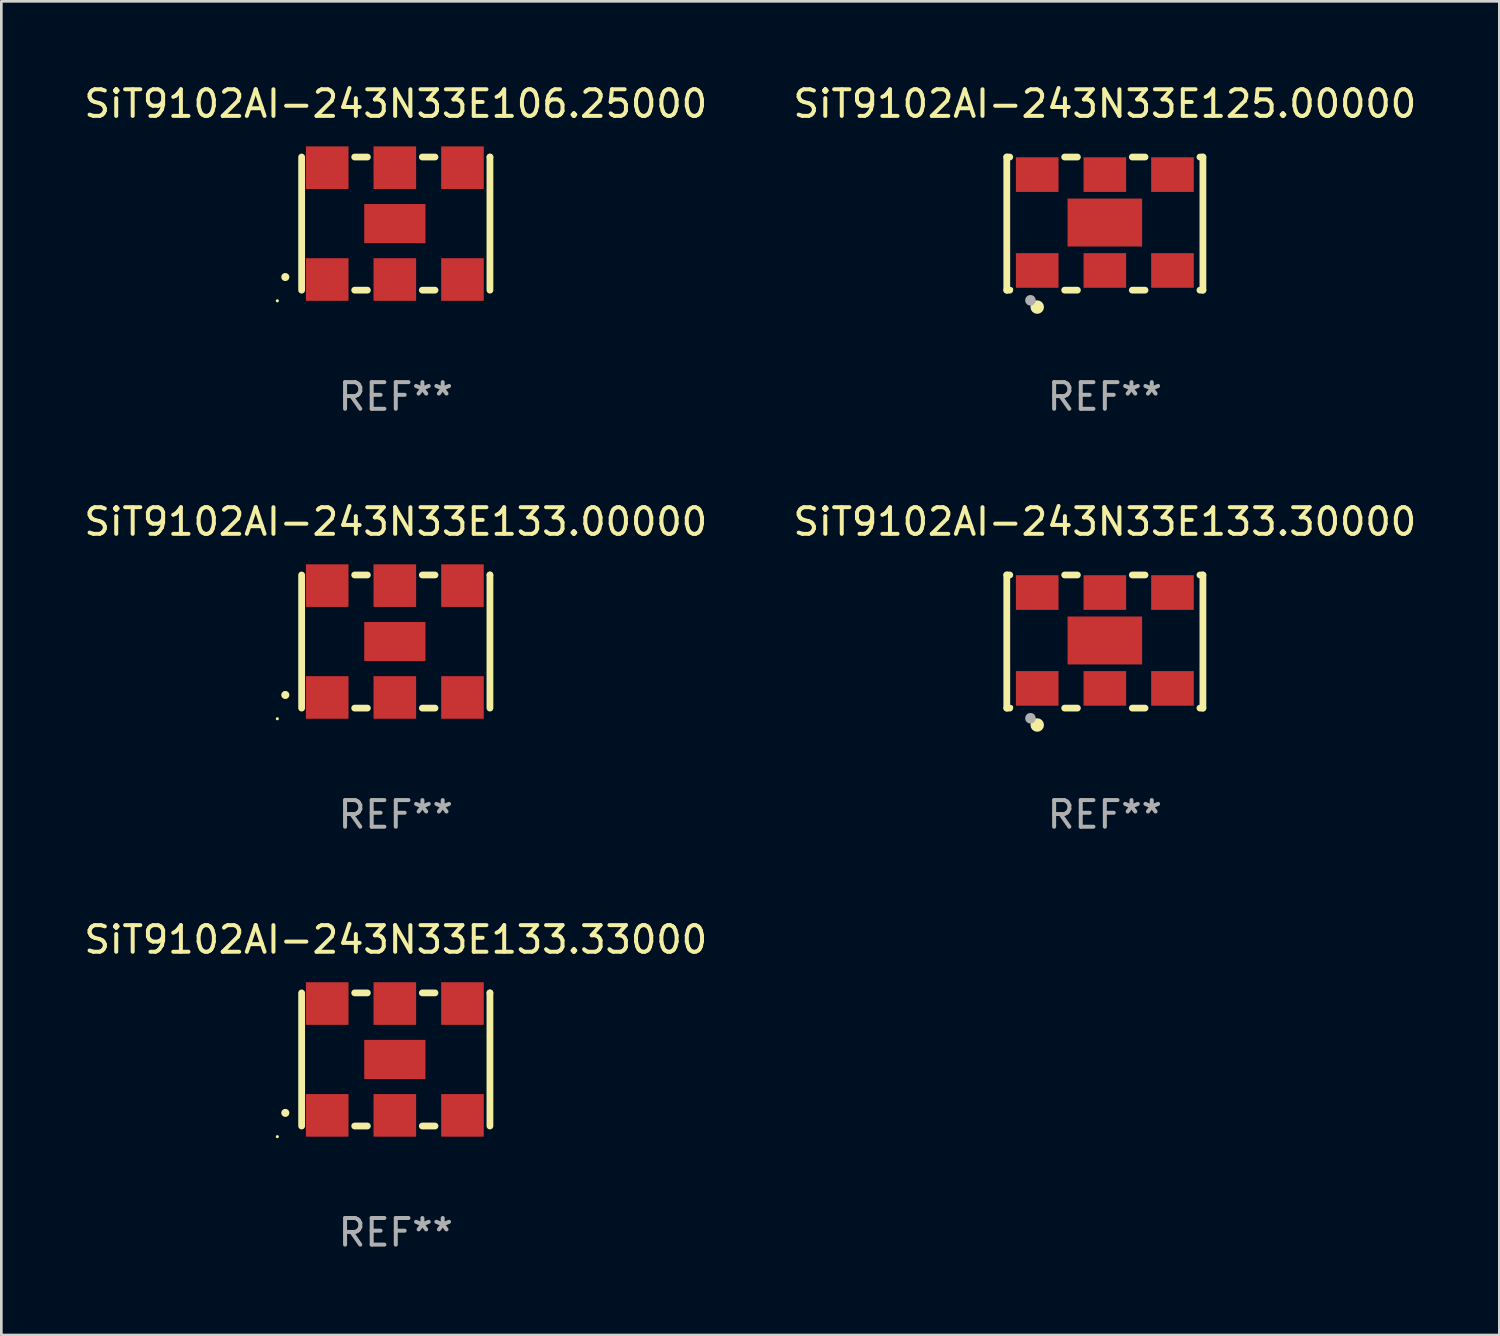
<source format=kicad_pcb>
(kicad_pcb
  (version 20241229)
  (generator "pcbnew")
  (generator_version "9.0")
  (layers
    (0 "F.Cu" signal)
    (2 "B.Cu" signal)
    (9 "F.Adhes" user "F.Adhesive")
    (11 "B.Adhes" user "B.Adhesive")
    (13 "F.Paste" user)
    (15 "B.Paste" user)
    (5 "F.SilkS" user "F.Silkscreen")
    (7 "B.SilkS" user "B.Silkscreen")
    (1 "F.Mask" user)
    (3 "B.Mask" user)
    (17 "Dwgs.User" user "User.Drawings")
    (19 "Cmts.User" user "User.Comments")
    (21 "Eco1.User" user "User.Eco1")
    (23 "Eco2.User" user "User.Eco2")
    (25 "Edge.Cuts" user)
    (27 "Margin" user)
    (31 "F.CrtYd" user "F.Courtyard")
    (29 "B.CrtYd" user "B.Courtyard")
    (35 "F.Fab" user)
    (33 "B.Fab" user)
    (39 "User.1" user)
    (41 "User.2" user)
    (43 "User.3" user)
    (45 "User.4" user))
  (footprint "SiT9102AI-243N33E106.25000"
    (layer "F.Cu")
    (at 11.815 5.348)
    (property "Reference" "SiT9102AI-243N33E106.25000" (at 0 -4.5 0) (layer "F.SilkS") (effects (font (size 1 1) (thickness 0.15))))
    (attr through_hole)
    (fp_line (start -3.536 -2.5) (end -3.536 2.5) (stroke (width 0.254) (type solid)) (layer "F.SilkS"))
    (fp_line (start -1.544 2.5) (end -1.067 2.5) (stroke (width 0.254) (type solid)) (layer "F.SilkS"))
    (fp_line (start -1.067 -2.5) (end -1.544 -2.5) (stroke (width 0.254) (type solid)) (layer "F.SilkS"))
    (fp_line (start 0.996 2.5) (end 1.473 2.5) (stroke (width 0.254) (type solid)) (layer "F.SilkS"))
    (fp_line (start 1.473 -2.5) (end 0.996 -2.5) (stroke (width 0.254) (type solid)) (layer "F.SilkS"))
    (fp_line (start 3.536 -2.5) (end 3.536 -2.5) (stroke (width 0.254) (type solid)) (layer "F.SilkS"))
    (fp_line (start 3.536 2.5) (end 3.536 -2.5) (stroke (width 0.254) (type solid)) (layer "F.SilkS"))
    (fp_arc (start -4.150432 2.006604) (mid -4.149162 2.006599) (end -4.147892 2.006604) (stroke (width 0.3) (type solid)) (layer "F.SilkS"))
    (fp_circle (center -4.449 2.9) (end -4.419 2.9) (stroke (width 0.06) (type solid)) (fill no) (layer "F.SilkS"))
    (fp_text user "REF**" (at 0 6.5 0) (layer "F.Fab") (effects (font (size 1 1) (thickness 0.15))))
    (pad "1" smd rect (at -2.576 2.1) (size 1.6 1.6) (layers "F.Cu" "F.Mask" "F.Paste"))
    (pad "2" smd rect (at -0.036 2.1) (size 1.6 1.6) (layers "F.Cu" "F.Mask" "F.Paste"))
    (pad "3" smd rect (at 2.504 2.1) (size 1.6 1.6) (layers "F.Cu" "F.Mask" "F.Paste"))
    (pad "4" smd rect (at 2.504 -2.1) (size 1.6 1.6) (layers "F.Cu" "F.Mask" "F.Paste"))
    (pad "5" smd rect (at -0.036 -2.1) (size 1.6 1.6) (layers "F.Cu" "F.Mask" "F.Paste"))
    (pad "6" smd rect (at -2.576 -2.1) (size 1.6 1.6) (layers "F.Cu" "F.Mask" "F.Paste"))
    (pad "7" smd rect (at -0.036 0) (size 2.3 1.47) (layers "F.Cu" "F.Mask" "F.Paste")))
  (footprint "SiT9102AI-243N33E125.00000"
    (layer "F.Cu")
    (at 38.446 5.348)
    (property "Reference" "SiT9102AI-243N33E125.00000" (at 0 -4.5 0) (layer "F.SilkS") (effects (font (size 1 1) (thickness 0.15))))
    (attr through_hole)
    (fp_line (start -3.683 -2.5) (end -3.571 -2.5) (stroke (width 0.254) (type solid)) (layer "F.SilkS"))
    (fp_line (start -3.683 2.5) (end -3.683 -2.5) (stroke (width 0.254) (type solid)) (layer "F.SilkS"))
    (fp_line (start -3.683 2.5) (end -3.571 2.5) (stroke (width 0.254) (type solid)) (layer "F.SilkS"))
    (fp_line (start -1.509 -2.5) (end -1.031 -2.5) (stroke (width 0.254) (type solid)) (layer "F.SilkS"))
    (fp_line (start -1.509 2.5) (end -1.031 2.5) (stroke (width 0.254) (type solid)) (layer "F.SilkS"))
    (fp_line (start 1.031 -2.5) (end 1.509 -2.5) (stroke (width 0.254) (type solid)) (layer "F.SilkS"))
    (fp_line (start 1.031 2.5) (end 1.509 2.5) (stroke (width 0.254) (type solid)) (layer "F.SilkS"))
    (fp_line (start 3.571 -2.5) (end 3.683 -2.5) (stroke (width 0.254) (type solid)) (layer "F.SilkS"))
    (fp_line (start 3.571 2.5) (end 3.683 2.5) (stroke (width 0.254) (type solid)) (layer "F.SilkS"))
    (fp_line (start 3.683 2.5) (end 3.683 -2.5) (stroke (width 0.254) (type solid)) (layer "F.SilkS"))
    (fp_circle (center -3.5 2.46) (end -3.47 2.46) (stroke (width 0.06) (type solid)) (fill no) (layer "F.SilkS"))
    (fp_circle (center -2.54 3.135) (end -2.413 3.135) (stroke (width 0.254) (type solid)) (fill no) (layer "F.SilkS"))
    (fp_circle (center -2.794 2.881) (end -2.694 2.881) (stroke (width 0.2) (type solid)) (fill no) (layer "F.Fab"))
    (fp_text user "REF**" (at 0 6.5 0) (layer "F.Fab") (effects (font (size 1 1) (thickness 0.15))))
    (pad "1" smd rect (at -2.54 1.76) (size 1.6 1.3) (layers "F.Cu" "F.Mask" "F.Paste"))
    (pad "2" smd rect (at 0 1.76) (size 1.6 1.3) (layers "F.Cu" "F.Mask" "F.Paste"))
    (pad "3" smd rect (at 2.54 1.76) (size 1.6 1.3) (layers "F.Cu" "F.Mask" "F.Paste"))
    (pad "4" smd rect (at 2.54 -1.84) (size 1.6 1.3) (layers "F.Cu" "F.Mask" "F.Paste"))
    (pad "5" smd rect (at 0 -1.84) (size 1.6 1.3) (layers "F.Cu" "F.Mask" "F.Paste"))
    (pad "6" smd rect (at -2.54 -1.84) (size 1.6 1.3) (layers "F.Cu" "F.Mask" "F.Paste"))
    (pad "7" smd rect (at 0 -0.04) (size 2.8 1.8) (layers "F.Cu" "F.Mask" "F.Paste")))
  (footprint "SiT9102AI-243N33E133.33000"
    (layer "F.Cu")
    (at 11.815 36.741)
    (property "Reference" "SiT9102AI-243N33E133.33000" (at 0 -4.5 0) (layer "F.SilkS") (effects (font (size 1 1) (thickness 0.15))))
    (attr through_hole)
    (fp_line (start -3.536 -2.5) (end -3.536 2.5) (stroke (width 0.254) (type solid)) (layer "F.SilkS"))
    (fp_line (start -1.544 2.5) (end -1.067 2.5) (stroke (width 0.254) (type solid)) (layer "F.SilkS"))
    (fp_line (start -1.067 -2.5) (end -1.544 -2.5) (stroke (width 0.254) (type solid)) (layer "F.SilkS"))
    (fp_line (start 0.996 2.5) (end 1.473 2.5) (stroke (width 0.254) (type solid)) (layer "F.SilkS"))
    (fp_line (start 1.473 -2.5) (end 0.996 -2.5) (stroke (width 0.254) (type solid)) (layer "F.SilkS"))
    (fp_line (start 3.536 -2.5) (end 3.536 -2.5) (stroke (width 0.254) (type solid)) (layer "F.SilkS"))
    (fp_line (start 3.536 2.5) (end 3.536 -2.5) (stroke (width 0.254) (type solid)) (layer "F.SilkS"))
    (fp_arc (start -4.150432 2.006604) (mid -4.149162 2.006599) (end -4.147892 2.006604) (stroke (width 0.3) (type solid)) (layer "F.SilkS"))
    (fp_circle (center -4.449 2.9) (end -4.419 2.9) (stroke (width 0.06) (type solid)) (fill no) (layer "F.SilkS"))
    (fp_text user "REF**" (at 0 6.5 0) (layer "F.Fab") (effects (font (size 1 1) (thickness 0.15))))
    (pad "1" smd rect (at -2.576 2.1) (size 1.6 1.6) (layers "F.Cu" "F.Mask" "F.Paste"))
    (pad "2" smd rect (at -0.036 2.1) (size 1.6 1.6) (layers "F.Cu" "F.Mask" "F.Paste"))
    (pad "3" smd rect (at 2.504 2.1) (size 1.6 1.6) (layers "F.Cu" "F.Mask" "F.Paste"))
    (pad "4" smd rect (at 2.504 -2.1) (size 1.6 1.6) (layers "F.Cu" "F.Mask" "F.Paste"))
    (pad "5" smd rect (at -0.036 -2.1) (size 1.6 1.6) (layers "F.Cu" "F.Mask" "F.Paste"))
    (pad "6" smd rect (at -2.576 -2.1) (size 1.6 1.6) (layers "F.Cu" "F.Mask" "F.Paste"))
    (pad "7" smd rect (at -0.036 0) (size 2.3 1.47) (layers "F.Cu" "F.Mask" "F.Paste")))
  (footprint "SiT9102AI-243N33E133.30000"
    (layer "F.Cu")
    (at 38.446 21.045)
    (property "Reference" "SiT9102AI-243N33E133.30000" (at 0 -4.5 0) (layer "F.SilkS") (effects (font (size 1 1) (thickness 0.15))))
    (attr through_hole)
    (fp_line (start -3.683 -2.5) (end -3.571 -2.5) (stroke (width 0.254) (type solid)) (layer "F.SilkS"))
    (fp_line (start -3.683 2.5) (end -3.683 -2.5) (stroke (width 0.254) (type solid)) (layer "F.SilkS"))
    (fp_line (start -3.683 2.5) (end -3.571 2.5) (stroke (width 0.254) (type solid)) (layer "F.SilkS"))
    (fp_line (start -1.509 -2.5) (end -1.031 -2.5) (stroke (width 0.254) (type solid)) (layer "F.SilkS"))
    (fp_line (start -1.509 2.5) (end -1.031 2.5) (stroke (width 0.254) (type solid)) (layer "F.SilkS"))
    (fp_line (start 1.031 -2.5) (end 1.509 -2.5) (stroke (width 0.254) (type solid)) (layer "F.SilkS"))
    (fp_line (start 1.031 2.5) (end 1.509 2.5) (stroke (width 0.254) (type solid)) (layer "F.SilkS"))
    (fp_line (start 3.571 -2.5) (end 3.683 -2.5) (stroke (width 0.254) (type solid)) (layer "F.SilkS"))
    (fp_line (start 3.571 2.5) (end 3.683 2.5) (stroke (width 0.254) (type solid)) (layer "F.SilkS"))
    (fp_line (start 3.683 2.5) (end 3.683 -2.5) (stroke (width 0.254) (type solid)) (layer "F.SilkS"))
    (fp_circle (center -3.5 2.46) (end -3.47 2.46) (stroke (width 0.06) (type solid)) (fill no) (layer "F.SilkS"))
    (fp_circle (center -2.54 3.135) (end -2.413 3.135) (stroke (width 0.254) (type solid)) (fill no) (layer "F.SilkS"))
    (fp_circle (center -2.794 2.881) (end -2.694 2.881) (stroke (width 0.2) (type solid)) (fill no) (layer "F.Fab"))
    (fp_text user "REF**" (at 0 6.5 0) (layer "F.Fab") (effects (font (size 1 1) (thickness 0.15))))
    (pad "1" smd rect (at -2.54 1.76) (size 1.6 1.3) (layers "F.Cu" "F.Mask" "F.Paste"))
    (pad "2" smd rect (at 0 1.76) (size 1.6 1.3) (layers "F.Cu" "F.Mask" "F.Paste"))
    (pad "3" smd rect (at 2.54 1.76) (size 1.6 1.3) (layers "F.Cu" "F.Mask" "F.Paste"))
    (pad "4" smd rect (at 2.54 -1.84) (size 1.6 1.3) (layers "F.Cu" "F.Mask" "F.Paste"))
    (pad "5" smd rect (at 0 -1.84) (size 1.6 1.3) (layers "F.Cu" "F.Mask" "F.Paste"))
    (pad "6" smd rect (at -2.54 -1.84) (size 1.6 1.3) (layers "F.Cu" "F.Mask" "F.Paste"))
    (pad "7" smd rect (at 0 -0.04) (size 2.8 1.8) (layers "F.Cu" "F.Mask" "F.Paste")))
  (footprint "SiT9102AI-243N33E133.00000"
    (layer "F.Cu")
    (at 11.815 21.045)
    (property "Reference" "SiT9102AI-243N33E133.00000" (at 0 -4.5 0) (layer "F.SilkS") (effects (font (size 1 1) (thickness 0.15))))
    (attr through_hole)
    (fp_line (start -3.536 -2.5) (end -3.536 2.5) (stroke (width 0.254) (type solid)) (layer "F.SilkS"))
    (fp_line (start -1.544 2.5) (end -1.067 2.5) (stroke (width 0.254) (type solid)) (layer "F.SilkS"))
    (fp_line (start -1.067 -2.5) (end -1.544 -2.5) (stroke (width 0.254) (type solid)) (layer "F.SilkS"))
    (fp_line (start 0.996 2.5) (end 1.473 2.5) (stroke (width 0.254) (type solid)) (layer "F.SilkS"))
    (fp_line (start 1.473 -2.5) (end 0.996 -2.5) (stroke (width 0.254) (type solid)) (layer "F.SilkS"))
    (fp_line (start 3.536 -2.5) (end 3.536 -2.5) (stroke (width 0.254) (type solid)) (layer "F.SilkS"))
    (fp_line (start 3.536 2.5) (end 3.536 -2.5) (stroke (width 0.254) (type solid)) (layer "F.SilkS"))
    (fp_arc (start -4.150432 2.006604) (mid -4.149162 2.006599) (end -4.147892 2.006604) (stroke (width 0.3) (type solid)) (layer "F.SilkS"))
    (fp_circle (center -4.449 2.9) (end -4.419 2.9) (stroke (width 0.06) (type solid)) (fill no) (layer "F.SilkS"))
    (fp_text user "REF**" (at 0 6.5 0) (layer "F.Fab") (effects (font (size 1 1) (thickness 0.15))))
    (pad "1" smd rect (at -2.576 2.1) (size 1.6 1.6) (layers "F.Cu" "F.Mask" "F.Paste"))
    (pad "2" smd rect (at -0.036 2.1) (size 1.6 1.6) (layers "F.Cu" "F.Mask" "F.Paste"))
    (pad "3" smd rect (at 2.504 2.1) (size 1.6 1.6) (layers "F.Cu" "F.Mask" "F.Paste"))
    (pad "4" smd rect (at 2.504 -2.1) (size 1.6 1.6) (layers "F.Cu" "F.Mask" "F.Paste"))
    (pad "5" smd rect (at -0.036 -2.1) (size 1.6 1.6) (layers "F.Cu" "F.Mask" "F.Paste"))
    (pad "6" smd rect (at -2.576 -2.1) (size 1.6 1.6) (layers "F.Cu" "F.Mask" "F.Paste"))
    (pad "7" smd rect (at -0.036 0) (size 2.3 1.47) (layers "F.Cu" "F.Mask" "F.Paste")))
  (gr_rect
    (start -3 -3)
    (end 53.262 47.09)
    (stroke (width 0.1) (type default))
    (fill no)
    (layer "Edge.Cuts")))
</source>
